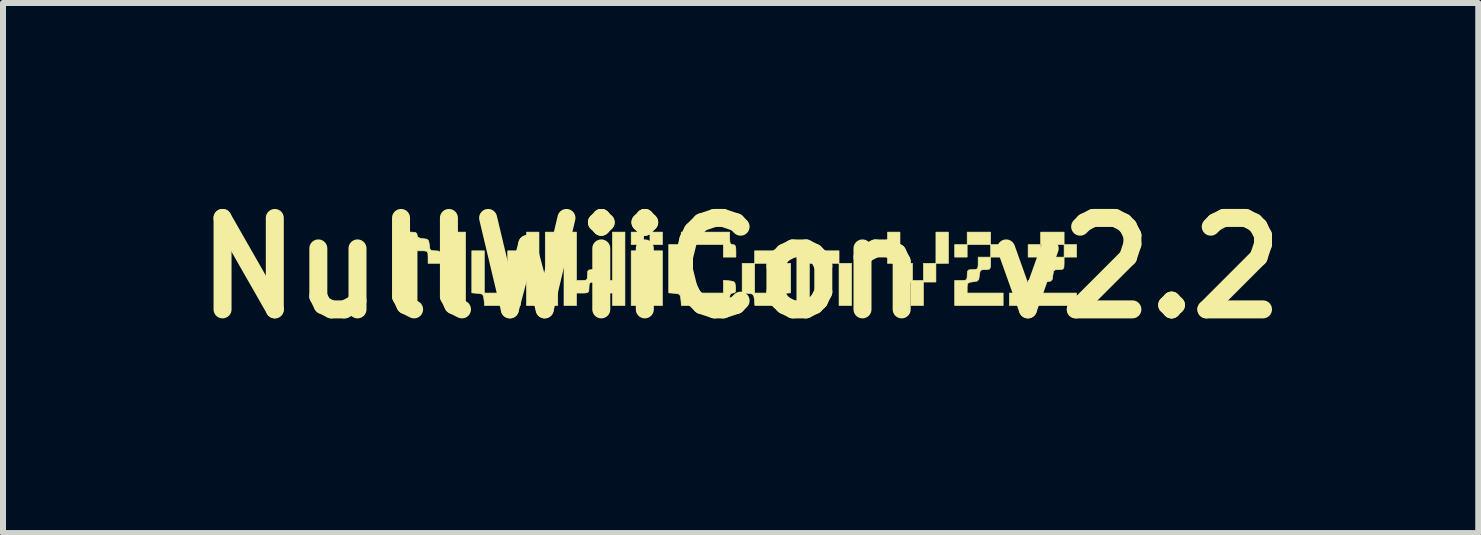
<source format=kicad_pcb>
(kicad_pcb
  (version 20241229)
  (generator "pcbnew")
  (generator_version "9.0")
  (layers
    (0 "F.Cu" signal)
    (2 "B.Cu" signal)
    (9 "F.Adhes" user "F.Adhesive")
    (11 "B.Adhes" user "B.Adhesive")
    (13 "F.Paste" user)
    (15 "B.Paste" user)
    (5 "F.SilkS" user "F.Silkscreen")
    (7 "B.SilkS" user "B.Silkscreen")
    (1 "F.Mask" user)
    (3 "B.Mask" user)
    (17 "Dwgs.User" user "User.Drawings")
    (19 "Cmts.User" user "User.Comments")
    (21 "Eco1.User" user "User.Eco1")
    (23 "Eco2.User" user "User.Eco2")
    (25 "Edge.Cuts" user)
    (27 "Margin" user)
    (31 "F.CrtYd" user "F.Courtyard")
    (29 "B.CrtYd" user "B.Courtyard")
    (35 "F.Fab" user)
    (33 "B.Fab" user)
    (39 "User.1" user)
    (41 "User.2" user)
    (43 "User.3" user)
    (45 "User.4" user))
  (footprint "NullWiiCon v2.2"
    (layer "F.Cu")
    (at 9.296 1.418)
    (property "Reference" "NullWiiCon v2.2" (at 0 0 0) (layer "F.SilkS") (effects (font (size 1.524 1.524) (thickness 0.3))))
    (attr through_hole)
    (fp_poly (pts (xy -3.361 0.625) (xy -3.569 0.625) (xy -3.569 -0.599) (xy -3.361 -0.599) (xy -3.361 0.625)) (stroke (width 0.01) (type solid)) (fill yes) (layer "F.SilkS"))
    (fp_poly (pts (xy -3.048 0.625) (xy -3.256 0.625) (xy -3.256 -0.599) (xy -3.048 -0.599) (xy -3.048 0.625)) (stroke (width 0.01) (type solid)) (fill yes) (layer "F.SilkS"))
    (fp_poly (pts (xy -1.615 -0.391) (xy -1.824 -0.391) (xy -1.824 -0.599) (xy -1.615 -0.599) (xy -1.615 -0.391)) (stroke (width 0.01) (type solid)) (fill yes) (layer "F.SilkS"))
    (fp_poly (pts (xy -1.615 0.625) (xy -1.824 0.625) (xy -1.824 -0.287) (xy -1.615 -0.287) (xy -1.615 0.625)) (stroke (width 0.01) (type solid)) (fill yes) (layer "F.SilkS"))
    (fp_poly (pts (xy -1.303 -0.391) (xy -1.511 -0.391) (xy -1.511 -0.599) (xy -1.303 -0.599) (xy -1.303 -0.391)) (stroke (width 0.01) (type solid)) (fill yes) (layer "F.SilkS"))
    (fp_poly (pts (xy -1.303 0.625) (xy -1.511 0.625) (xy -1.511 -0.287) (xy -1.303 -0.287) (xy -1.303 0.625)) (stroke (width 0.01) (type solid)) (fill yes) (layer "F.SilkS"))
    (fp_poly (pts (xy 1.85 0.625) (xy 1.641 0.625) (xy 1.641 -0.078) (xy 1.85 -0.078) (xy 1.85 0.625)) (stroke (width 0.01) (type solid)) (fill yes) (layer "F.SilkS"))
    (fp_poly (pts (xy 2.657 -0.078) (xy 2.449 -0.078) (xy 2.449 -0.599) (xy 2.657 -0.599) (xy 2.657 -0.078)) (stroke (width 0.01) (type solid)) (fill yes) (layer "F.SilkS"))
    (fp_poly (pts (xy 3.465 -0.078) (xy 3.256 -0.078) (xy 3.256 -0.599) (xy 3.465 -0.599) (xy 3.465 -0.078)) (stroke (width 0.01) (type solid)) (fill yes) (layer "F.SilkS"))
    (fp_poly (pts (xy 3.777 -0.182) (xy 3.569 -0.182) (xy 3.569 -0.391) (xy 3.777 -0.391) (xy 3.777 -0.182)) (stroke (width 0.01) (type solid)) (fill yes) (layer "F.SilkS"))
    (fp_poly (pts (xy 4.168 -0.391) (xy 3.777 -0.391) (xy 3.777 -0.599) (xy 4.168 -0.599) (xy 4.168 -0.391)) (stroke (width 0.01) (type solid)) (fill yes) (layer "F.SilkS"))
    (fp_poly (pts (xy 4.377 -0.182) (xy 4.168 -0.182) (xy 4.168 -0.391) (xy 4.377 -0.391) (xy 4.377 -0.182)) (stroke (width 0.01) (type solid)) (fill yes) (layer "F.SilkS"))
    (fp_poly (pts (xy 4.689 0.625) (xy 4.481 0.625) (xy 4.481 0.417) (xy 4.689 0.417) (xy 4.689 0.625)) (stroke (width 0.01) (type solid)) (fill yes) (layer "F.SilkS"))
    (fp_poly (pts (xy 5.002 -0.182) (xy 4.793 -0.182) (xy 4.793 -0.391) (xy 5.002 -0.391) (xy 5.002 -0.182)) (stroke (width 0.01) (type solid)) (fill yes) (layer "F.SilkS"))
    (fp_poly (pts (xy 5.393 -0.391) (xy 5.002 -0.391) (xy 5.002 -0.599) (xy 5.393 -0.599) (xy 5.393 -0.391)) (stroke (width 0.01) (type solid)) (fill yes) (layer "F.SilkS"))
    (fp_poly (pts (xy 5.601 -0.182) (xy 5.393 -0.182) (xy 5.393 -0.391) (xy 5.601 -0.391) (xy 5.601 -0.182)) (stroke (width 0.01) (type solid)) (fill yes) (layer "F.SilkS"))
    (fp_poly (pts (xy 1.641 -0.078) (xy 1.146 -0.078) (xy 1.146 0.625) (xy 0.938 0.625) (xy 0.938 -0.287) (xy 1.641 -0.287) (xy 1.641 -0.078)) (stroke (width 0.01) (type solid)) (fill yes) (layer "F.SilkS"))
    (fp_poly (pts (xy -4.585 0.625) (xy -4.793 0.625) (xy -4.793 0.13) (xy -5.002 0.13) (xy -5.002 -0.078) (xy -4.793 -0.078) (xy -4.793 -0.599) (xy -4.585 -0.599) (xy -4.585 0.625)) (stroke (width 0.01) (type solid)) (fill yes) (layer "F.SilkS"))
    (fp_poly (pts (xy 2.866 0.208) (xy 3.048 0.208) (xy 3.048 -0.078) (xy 3.256 -0.078) (xy 3.256 0.234) (xy 3.048 0.234) (xy 3.048 0.625) (xy 2.84 0.625) (xy 2.84 0.234) (xy 2.657 0.234) (xy 2.657 -0.078) (xy 2.866 -0.078) (xy 2.866 0.208)) (stroke (width 0.01) (type solid)) (fill yes) (layer "F.SilkS"))
    (fp_poly (pts (xy -0.99 -0.599) (xy -0.182 -0.599) (xy -0.182 -0.495) (xy -0.178 -0.427) (xy -0.16 -0.397) (xy -0.13 -0.391) (xy -0.096 -0.382) (xy -0.081 -0.347) (xy -0.078 -0.287) (xy -0.078 -0.182) (xy -0.287 -0.182) (xy -0.287 -0.391) (xy -0.99 -0.391) (xy -0.99 -0.599)) (stroke (width 0.01) (type solid)) (fill yes) (layer "F.SilkS"))
    (fp_poly (pts (xy -4.272 0.417) (xy -3.882 0.417) (xy -3.882 -0.287) (xy -3.673 -0.287) (xy -3.673 0.625) (xy -4.269 0.625) (xy -4.277 0.528) (xy -4.287 0.463) (xy -4.312 0.434) (xy -4.37 0.423) (xy -4.383 0.422) (xy -4.481 0.414) (xy -4.481 -0.287) (xy -4.272 -0.287) (xy -4.272 0.417)) (stroke (width 0.01) (type solid)) (fill yes) (layer "F.SilkS"))
    (fp_poly (pts (xy -0.99 0.417) (xy -0.287 0.417) (xy -0.287 0.205) (xy -0.189 0.213) (xy -0.124 0.223) (xy -0.095 0.248) (xy -0.084 0.306) (xy -0.083 0.319) (xy -0.082 0.384) (xy -0.097 0.411) (xy -0.129 0.417) (xy -0.164 0.425) (xy -0.179 0.459) (xy -0.182 0.521) (xy -0.182 0.625) (xy -0.987 0.625) (xy -0.995 0.528) (xy -1.004 0.463) (xy -1.03 0.434) (xy -1.087 0.423) (xy -1.101 0.422) (xy -1.198 0.414) (xy -1.198 -0.391) (xy -0.99 -0.391) (xy -0.99 0.417)) (stroke (width 0.01) (type solid)) (fill yes) (layer "F.SilkS"))
    (fp_poly (pts (xy 0.834 -0.078) (xy 0.834 0.414) (xy 0.736 0.422) (xy 0.671 0.431) (xy 0.642 0.456) (xy 0.631 0.514) (xy 0.63 0.528) (xy 0.622 0.625) (xy 0.238 0.625) (xy 0.23 0.528) (xy 0.22 0.463) (xy 0.195 0.434) (xy 0.137 0.423) (xy 0.124 0.422) (xy 0.026 0.414) (xy 0.026 -0.078) (xy 0.234 -0.078) (xy 0.234 0.417) (xy 0.625 0.417) (xy 0.625 -0.078) (xy 0.234 -0.078) (xy 0.234 -0.287) (xy 0.625 -0.287) (xy 0.625 -0.078) (xy 0.834 -0.078)) (stroke (width 0.01) (type solid)) (fill yes) (layer "F.SilkS"))
    (fp_poly (pts (xy -5.428 -0.595) (xy -5.398 -0.577) (xy -5.393 -0.549) (xy -5.381 -0.513) (xy -5.336 -0.495) (xy -5.295 -0.49) (xy -5.23 -0.481) (xy -5.201 -0.455) (xy -5.19 -0.398) (xy -5.189 -0.384) (xy -5.18 -0.32) (xy -5.157 -0.293) (xy -5.104 -0.287) (xy -5.091 -0.287) (xy -5.034 -0.283) (xy -5.009 -0.264) (xy -5.002 -0.212) (xy -5.002 -0.182) (xy -5.002 -0.078) (xy -5.21 -0.078) (xy -5.21 -0.182) (xy -5.213 -0.249) (xy -5.23 -0.279) (xy -5.275 -0.286) (xy -5.301 -0.287) (xy -5.393 -0.287) (xy -5.393 0.625) (xy -5.601 0.625) (xy -5.601 -0.599) (xy -5.497 -0.599) (xy -5.428 -0.595)) (stroke (width 0.01) (type solid)) (fill yes) (layer "F.SilkS"))
    (fp_poly (pts (xy 4.168 -0.078) (xy 4.165 -0.011) (xy 4.148 0.018) (xy 4.104 0.026) (xy 4.079 0.026) (xy 4.02 0.03) (xy 3.993 0.053) (xy 3.982 0.11) (xy 3.981 0.124) (xy 3.971 0.188) (xy 3.946 0.217) (xy 3.888 0.228) (xy 3.875 0.23) (xy 3.811 0.239) (xy 3.784 0.262) (xy 3.777 0.314) (xy 3.777 0.327) (xy 3.777 0.417) (xy 4.377 0.417) (xy 4.377 0.625) (xy 3.569 0.625) (xy 3.569 0.208) (xy 3.673 0.208) (xy 3.74 0.206) (xy 3.77 0.189) (xy 3.777 0.144) (xy 3.777 0.117) (xy 3.781 0.056) (xy 3.804 0.031) (xy 3.862 0.026) (xy 3.869 0.026) (xy 3.927 0.023) (xy 3.953 0.003) (xy 3.96 -0.047) (xy 3.96 -0.078) (xy 3.96 -0.182) (xy 4.168 -0.182) (xy 4.168 -0.078)) (stroke (width 0.01) (type solid)) (fill yes) (layer "F.SilkS"))
    (fp_poly (pts (xy 5.393 -0.078) (xy 5.39 -0.011) (xy 5.373 0.018) (xy 5.329 0.026) (xy 5.303 0.026) (xy 5.244 0.03) (xy 5.217 0.053) (xy 5.207 0.11) (xy 5.205 0.124) (xy 5.196 0.188) (xy 5.171 0.217) (xy 5.113 0.228) (xy 5.1 0.23) (xy 5.035 0.239) (xy 5.008 0.262) (xy 5.002 0.314) (xy 5.002 0.327) (xy 5.002 0.417) (xy 5.601 0.417) (xy 5.601 0.625) (xy 4.793 0.625) (xy 4.793 0.208) (xy 4.898 0.208) (xy 4.964 0.206) (xy 4.994 0.189) (xy 5.002 0.144) (xy 5.002 0.117) (xy 5.006 0.056) (xy 5.029 0.031) (xy 5.086 0.026) (xy 5.093 0.026) (xy 5.151 0.023) (xy 5.177 0.003) (xy 5.184 -0.047) (xy 5.184 -0.078) (xy 5.184 -0.182) (xy 5.393 -0.182) (xy 5.393 -0.078)) (stroke (width 0.01) (type solid)) (fill yes) (layer "F.SilkS"))
    (fp_poly (pts (xy -2.735 0.208) (xy -2.644 0.208) (xy -2.583 0.204) (xy -2.558 0.182) (xy -2.553 0.124) (xy -2.553 0.117) (xy -2.55 0.059) (xy -2.53 0.033) (xy -2.48 0.026) (xy -2.449 0.026) (xy -2.382 0.029) (xy -2.352 0.046) (xy -2.345 0.09) (xy -2.345 0.117) (xy -2.341 0.176) (xy -2.322 0.202) (xy -2.271 0.208) (xy -2.24 0.208) (xy -2.136 0.208) (xy -2.136 -0.599) (xy -1.928 -0.599) (xy -1.928 0.625) (xy -2.136 0.625) (xy -2.136 0.417) (xy -2.24 0.417) (xy -2.307 0.414) (xy -2.337 0.397) (xy -2.344 0.353) (xy -2.345 0.326) (xy -2.349 0.265) (xy -2.371 0.239) (xy -2.429 0.234) (xy -2.436 0.234) (xy -2.497 0.238) (xy -2.522 0.261) (xy -2.527 0.319) (xy -2.527 0.326) (xy -2.53 0.384) (xy -2.55 0.41) (xy -2.6 0.417) (xy -2.631 0.417) (xy -2.735 0.417) (xy -2.735 0.625) (xy -2.944 0.625) (xy -2.944 -0.599) (xy -2.735 -0.599) (xy -2.735 0.208)) (stroke (width 0.01) (type solid)) (fill yes) (layer "F.SilkS")))
  (gr_rect
    (start -3 -3)
    (end 21.593 5.836)
    (stroke (width 0.1) (type default))
    (fill no)
    (layer "Edge.Cuts")))
</source>
